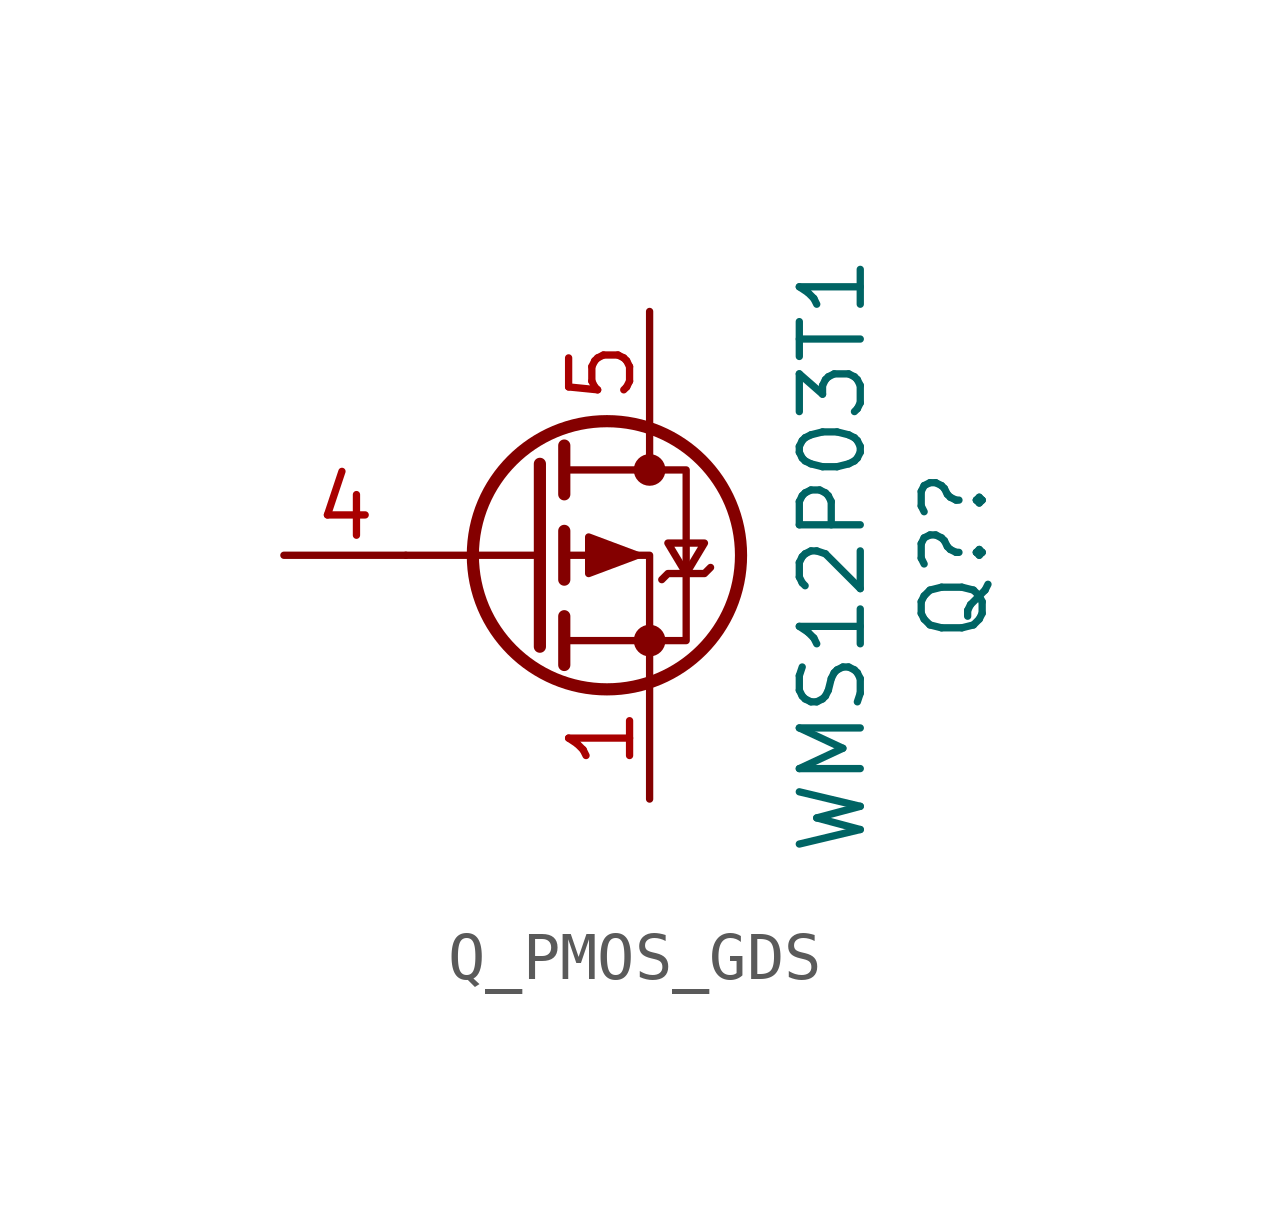
<source format=kicad_sym>
(kicad_symbol_lib
  (version 20211014)
  (generator kicad_symbol_editor)
  (symbol "Q_PMOS_GDS"
    (pin_names
      (offset 0) hide)
    (property "Reference" "Q?"
      (at 8.89 0 90)
      (effects (font (size 1.27 1.27))))
    (property "Value" "WMS12P03T1"
      (at 6.35 0 90)
      (effects (font (size 1.27 1.27))))
    (symbol "Q_PMOS_GDS_0_1"
      (polyline (pts (xy 0.254 0) (xy -2.54 0)) (stroke (width 0) (type default) (color 0 0 0 0)) (fill (type none)))
      (polyline (pts (xy 0.254 1.905) (xy 0.254 -1.905)) (stroke (width 0.254) (type default) (color 0 0 0 0)) (fill (type none)))
      (polyline (pts (xy 0.762 -1.27) (xy 0.762 -2.286)) (stroke (width 0.254) (type default) (color 0 0 0 0)) (fill (type none)))
      (polyline (pts (xy 0.762 0.508) (xy 0.762 -0.508)) (stroke (width 0.254) (type default) (color 0 0 0 0)) (fill (type none)))
      (polyline (pts (xy 0.762 2.286) (xy 0.762 1.27)) (stroke (width 0.254) (type default) (color 0 0 0 0)) (fill (type none)))
      (polyline (pts (xy 2.54 2.54) (xy 2.54 1.778)) (stroke (width 0) (type default) (color 0 0 0 0)) (fill (type none)))
      (polyline (pts (xy 2.54 -2.54) (xy 2.54 0) (xy 0.762 0)) (stroke (width 0) (type default) (color 0 0 0 0)) (fill (type none)))
      (polyline (pts (xy 0.762 1.778) (xy 3.302 1.778) (xy 3.302 -1.778) (xy 0.762 -1.778)) (stroke (width 0) (type default) (color 0 0 0 0)) (fill (type none)))
      (polyline (pts (xy 2.286 0) (xy 1.27 0.381) (xy 1.27 -0.381) (xy 2.286 0)) (stroke (width 0) (type default) (color 0 0 0 0)) (fill (type outline)))
      (polyline (pts (xy 2.794 -0.508) (xy 2.921 -0.381) (xy 3.683 -0.381) (xy 3.81 -0.254)) (stroke (width 0) (type default) (color 0 0 0 0)) (fill (type none)))
      (polyline (pts (xy 3.302 -0.381) (xy 2.921 0.254) (xy 3.683 0.254) (xy 3.302 -0.381)) (stroke (width 0) (type default) (color 0 0 0 0)) (fill (type none)))
      (circle (center 1.651 0) (radius 2.794) (stroke (width 0.254) (type default) (color 0 0 0 0)) (fill (type none)))
      (circle (center 2.54 -1.778) (radius 0.254) (stroke (width 0) (type default) (color 0 0 0 0)) (fill (type outline)))
      (circle (center 2.54 1.778) (radius 0.254) (stroke (width 0) (type default) (color 0 0 0 0)) (fill (type outline))))
    (symbol "Q_PMOS_GDS_1_1"
      (pin passive line (at 2.54 -5.08 90) (length 2.54) (name "S" (effects (font (size 1.27 1.27)))) (number "1" (effects (font (size 1.27 1.27)))))
      (pin passive line (at 2.54 -5.08 90) (length 2.54) hide (name "S" (effects (font (size 1.27 1.27)))) (number "2" (effects (font (size 1.27 1.27)))))
      (pin passive line (at 2.54 -5.08 90) (length 2.54) hide (name "S" (effects (font (size 1.27 1.27)))) (number "3" (effects (font (size 1.27 1.27)))))
      (pin input line (at -5.08 0 0) (length 2.54) (name "G" (effects (font (size 1.27 1.27)))) (number "4" (effects (font (size 1.27 1.27)))))
      (pin passive line (at 2.54 5.08 270) (length 2.54) (name "D" (effects (font (size 1.27 1.27)))) (number "5" (effects (font (size 1.27 1.27)))))
      (pin passive line (at 2.54 5.08 270) (length 2.54) hide (name "D" (effects (font (size 1.27 1.27)))) (number "6" (effects (font (size 1.27 1.27)))))
      (pin passive line (at 2.54 5.08 270) (length 2.54) hide (name "D" (effects (font (size 1.27 1.27)))) (number "7" (effects (font (size 1.27 1.27)))))
      (pin passive line (at 2.54 5.08 270) (length 2.54) hide (name "D" (effects (font (size 1.27 1.27)))) (number "8" (effects (font (size 1.27 1.27))))))))
</source>
